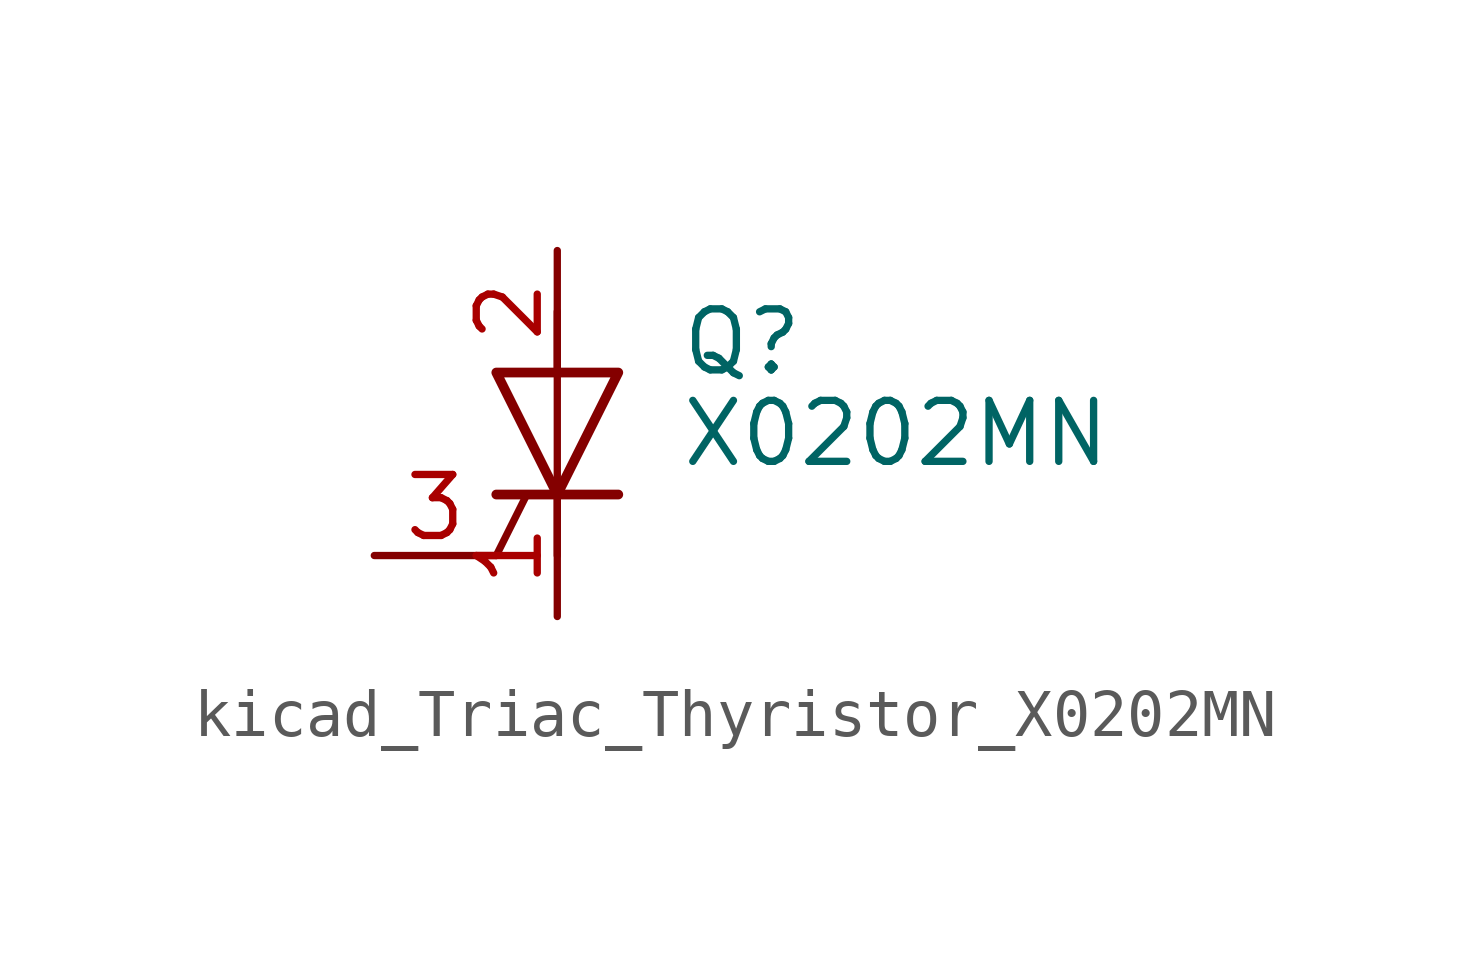
<source format=kicad_sym>
(kicad_symbol_lib
  (version 20220914)
  (generator kicad_symbol_editor)
  (symbol "kicad_Triac_Thyristor_X0202MN"
    (pin_names
      (offset 0) hide)
    (property "Reference" "Q"
      (at 2.54 1.905 0)
      (effects (font (size 1.27 1.27)) (justify left)))
    (property "Value" "X0202MN"
      (at 2.54 0 0)
      (effects (font (size 1.27 1.27)) (justify left)))
    (symbol "kicad_Triac_Thyristor_X0202MN_0_1"
      (polyline (pts (xy -1.27 -2.54) (xy -0.635 -1.27)) (stroke (width 0) (type default)) (fill (type none)))
      (polyline (pts (xy -1.27 -1.27) (xy 1.27 -1.27)) (stroke (width 0.203) (type default)) (fill (type none)))
      (polyline (pts (xy 0 -2.54) (xy 0 2.54)) (stroke (width 0) (type default)) (fill (type none)))
      (polyline (pts (xy -1.27 1.27) (xy 1.27 1.27) (xy 0 -1.27) (xy -1.27 1.27)) (stroke (width 0.203) (type default)) (fill (type none))))
    (symbol "kicad_Triac_Thyristor_X0202MN_1_1"
      (pin passive line (at 0 -3.81 90) (length 2.54) (name "K" (effects (font (size 1.27 1.27)))) (number "1" (effects (font (size 1.27 1.27)))))
      (pin passive line (at 0 3.81 270) (length 2.54) (name "A" (effects (font (size 1.27 1.27)))) (number "2" (effects (font (size 1.27 1.27)))))
      (pin input line (at -3.81 -2.54 0) (length 2.54) (name "G" (effects (font (size 1.27 1.27)))) (number "3" (effects (font (size 1.27 1.27)))))
      (pin passive line (at 0 3.81 270) (length 2.54) hide (name "A" (effects (font (size 1.27 1.27)))) (number "4" (effects (font (size 1.27 1.27))))))))
</source>
